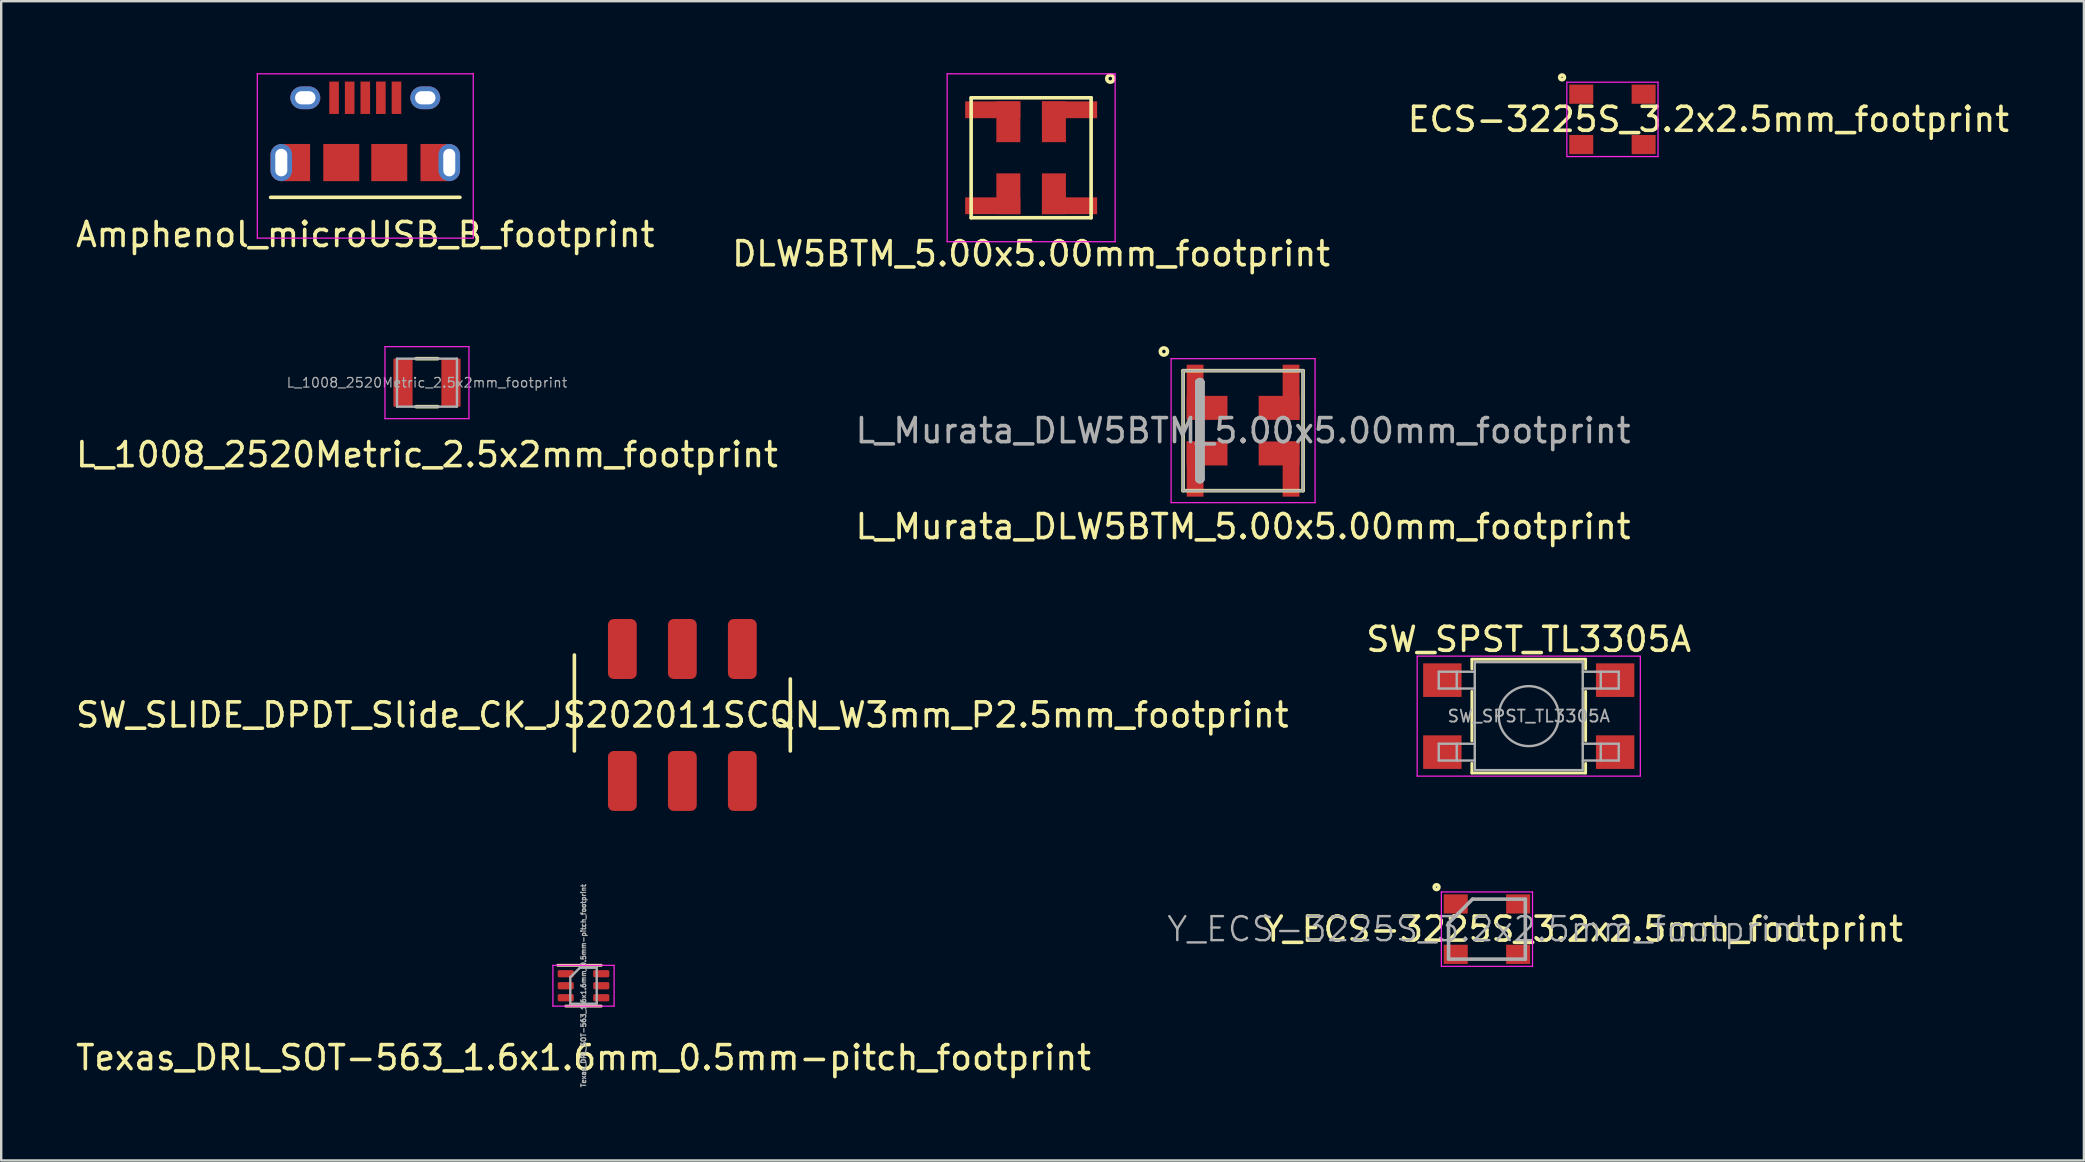
<source format=kicad_pcb>
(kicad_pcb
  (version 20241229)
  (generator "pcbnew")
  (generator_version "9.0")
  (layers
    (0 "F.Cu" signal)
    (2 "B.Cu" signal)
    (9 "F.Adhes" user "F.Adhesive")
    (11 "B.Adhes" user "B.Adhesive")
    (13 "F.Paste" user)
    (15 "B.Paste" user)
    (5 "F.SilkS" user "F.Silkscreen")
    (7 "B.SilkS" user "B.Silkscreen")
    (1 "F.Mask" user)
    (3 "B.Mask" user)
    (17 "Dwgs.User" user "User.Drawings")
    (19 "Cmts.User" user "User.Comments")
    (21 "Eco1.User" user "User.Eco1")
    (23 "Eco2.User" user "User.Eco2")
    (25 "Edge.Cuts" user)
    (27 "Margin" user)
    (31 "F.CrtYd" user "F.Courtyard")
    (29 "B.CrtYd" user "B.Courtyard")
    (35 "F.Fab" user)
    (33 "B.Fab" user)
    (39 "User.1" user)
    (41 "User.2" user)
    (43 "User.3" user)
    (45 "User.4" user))
  (footprint "L_Murata_DLW5BTM_5.00x5.00mm_footprint"
    (layer "F.Cu")
    (at 48.756 14.898)
    (property "Reference" "L_Murata_DLW5BTM_5.00x5.00mm_footprint" (at 0 4 0) (layer "F.SilkS") (effects (font (size 1 1) (thickness 0.15))))
    (attr through_hole)
    (fp_line (start -2.5 -2.5) (end -2.5 2.5) (stroke (width 0.15) (type solid)) (layer "F.SilkS"))
    (fp_line (start -2.5 2.5) (end 2.5 2.5) (stroke (width 0.15) (type solid)) (layer "F.SilkS"))
    (fp_line (start 2.5 -2.5) (end -2.5 -2.5) (stroke (width 0.15) (type solid)) (layer "F.SilkS"))
    (fp_line (start 2.5 2.5) (end 2.5 -2.5) (stroke (width 0.15) (type solid)) (layer "F.SilkS"))
    (fp_circle (center -3.3 -3.3) (end -3.15 -3.3) (stroke (width 0.15) (type solid)) (fill no) (layer "F.SilkS"))
    (fp_line (start -3 -3) (end -3 3) (stroke (width 0.05) (type solid)) (layer "F.CrtYd"))
    (fp_line (start -3 3) (end 3 3) (stroke (width 0.05) (type solid)) (layer "F.CrtYd"))
    (fp_line (start 3 -3) (end -3 -3) (stroke (width 0.05) (type solid)) (layer "F.CrtYd"))
    (fp_line (start 3 3) (end 3 -3) (stroke (width 0.05) (type solid)) (layer "F.CrtYd"))
    (fp_line (start -2.5 -2.5) (end -2.5 2.5) (stroke (width 0.1) (type solid)) (layer "F.Fab"))
    (fp_line (start -2.5 2.5) (end 2.5 2.5) (stroke (width 0.1) (type solid)) (layer "F.Fab"))
    (fp_line (start -1.8 -2) (end -1.8 -2) (stroke (width 0.4) (type solid)) (layer "F.Fab"))
    (fp_line (start -1.8 -2) (end -1.8 2) (stroke (width 0.4) (type solid)) (layer "F.Fab"))
    (fp_line (start -1.8 2) (end -1.8 -2) (stroke (width 0.4) (type solid)) (layer "F.Fab"))
    (fp_line (start -1.8 2) (end -1.8 2) (stroke (width 0.4) (type solid)) (layer "F.Fab"))
    (fp_line (start 2.5 -2.5) (end -2.5 -2.5) (stroke (width 0.1) (type solid)) (layer "F.Fab"))
    (fp_line (start 2.5 2.5) (end 2.5 -2.5) (stroke (width 0.1) (type solid)) (layer "F.Fab"))
    (fp_text user "${REFERENCE}" (at 0 0 0) (layer "F.Fab") (effects (font (size 1 1) (thickness 0.15))))
    (pad "1" smd rect (at -2 -1.6) (size 0.7 2.3) (layers "F.Cu" "F.Mask" "F.Paste"))
    (pad "1" smd rect (at -1.5 -0.95) (size 1.7 1) (layers "F.Cu" "F.Mask" "F.Paste"))
    (pad "2" smd rect (at -2 1.6) (size 0.7 2.3) (layers "F.Cu" "F.Mask" "F.Paste"))
    (pad "2" smd rect (at -1.5 0.95) (size 1.7 1) (layers "F.Cu" "F.Mask" "F.Paste"))
    (pad "3" smd rect (at 1.5 0.95) (size 1.7 1) (layers "F.Cu" "F.Mask" "F.Paste"))
    (pad "3" smd rect (at 2 1.6) (size 0.7 2.3) (layers "F.Cu" "F.Mask" "F.Paste"))
    (pad "4" smd rect (at 1.5 -0.95) (size 1.7 1) (layers "F.Cu" "F.Mask" "F.Paste"))
    (pad "4" smd rect (at 2 -1.6) (size 0.7 2.3) (layers "F.Cu" "F.Mask" "F.Paste")))
  (footprint "DLW5BTM_5.00x5.00mm_footprint"
    (layer "F.Cu")
    (at 39.923 3.525)
    (property "Reference" "DLW5BTM_5.00x5.00mm_footprint" (at 0 4 0) (layer "F.SilkS") (effects (font (size 1 1) (thickness 0.15))))
    (attr through_hole)
    (fp_line (start -2.5 -2.5) (end -2.5 2.5) (stroke (width 0.15) (type solid)) (layer "F.SilkS"))
    (fp_line (start -2.5 2.5) (end 2.5 2.5) (stroke (width 0.15) (type solid)) (layer "F.SilkS"))
    (fp_line (start 2.5 -2.5) (end -2.5 -2.5) (stroke (width 0.15) (type solid)) (layer "F.SilkS"))
    (fp_line (start 2.5 2.5) (end 2.5 -2.5) (stroke (width 0.15) (type solid)) (layer "F.SilkS"))
    (fp_circle (center 3.3 -3.3) (end 3.45 -3.3) (stroke (width 0.15) (type solid)) (fill no) (layer "F.SilkS"))
    (fp_line (start -3.5 -3.5) (end -3.5 3.5) (stroke (width 0.05) (type solid)) (layer "F.CrtYd"))
    (fp_line (start -3.5 3.5) (end 3.5 3.5) (stroke (width 0.05) (type solid)) (layer "F.CrtYd"))
    (fp_line (start 3.5 -3.5) (end -3.5 -3.5) (stroke (width 0.05) (type solid)) (layer "F.CrtYd"))
    (fp_line (start 3.5 3.5) (end 3.5 -3.5) (stroke (width 0.05) (type solid)) (layer "F.CrtYd"))
    (pad "1" smd rect (at 0.95 -1.5) (size 1 1.7) (layers "F.Cu" "F.Mask" "F.Paste"))
    (pad "1" smd rect (at 1.6 -2) (size 2.3 0.7) (layers "F.Cu" "F.Mask" "F.Paste"))
    (pad "2" smd rect (at -1.6 -2) (size 2.3 0.7) (layers "F.Cu" "F.Mask" "F.Paste"))
    (pad "2" smd rect (at -0.95 -1.5) (size 1 1.7) (layers "F.Cu" "F.Mask" "F.Paste"))
    (pad "3" smd rect (at -1.6 2) (size 2.3 0.7) (layers "F.Cu" "F.Mask" "F.Paste"))
    (pad "3" smd rect (at -0.95 1.5) (size 1 1.7) (layers "F.Cu" "F.Mask" "F.Paste"))
    (pad "4" smd rect (at 0.95 1.5) (size 1 1.7) (layers "F.Cu" "F.Mask" "F.Paste"))
    (pad "4" smd rect (at 1.6 2) (size 2.3 0.7) (layers "F.Cu" "F.Mask" "F.Paste")))
  (footprint "SW_SPST_TL3305A"
    (layer "F.Cu")
    (at 60.661 26.795)
    (property "Reference" "SW_SPST_TL3305A" (at 0 -3.2 0) (layer "F.SilkS") (effects (font (size 1 1) (thickness 0.15))))
    (attr smd)
    (fp_line (start -2.37 -2.37) (end -2.37 -1.97) (stroke (width 0.12) (type solid)) (layer "F.SilkS"))
    (fp_line (start -2.37 -2.37) (end 2.37 -2.37) (stroke (width 0.12) (type solid)) (layer "F.SilkS"))
    (fp_line (start -2.37 1.03) (end -2.37 -1.03) (stroke (width 0.12) (type solid)) (layer "F.SilkS"))
    (fp_line (start -2.37 2.37) (end -2.37 1.97) (stroke (width 0.12) (type solid)) (layer "F.SilkS"))
    (fp_line (start -2.37 2.37) (end 2.37 2.37) (stroke (width 0.12) (type solid)) (layer "F.SilkS"))
    (fp_line (start 2.37 -2.37) (end 2.37 -1.97) (stroke (width 0.12) (type solid)) (layer "F.SilkS"))
    (fp_line (start 2.37 1.03) (end 2.37 -1.03) (stroke (width 0.12) (type solid)) (layer "F.SilkS"))
    (fp_line (start 2.37 2.37) (end 2.37 1.97) (stroke (width 0.12) (type solid)) (layer "F.SilkS"))
    (fp_line (start -4.65 -2.5) (end 4.65 -2.5) (stroke (width 0.05) (type solid)) (layer "F.CrtYd"))
    (fp_line (start -4.65 2.5) (end -4.65 -2.5) (stroke (width 0.05) (type solid)) (layer "F.CrtYd"))
    (fp_line (start 4.65 -2.5) (end 4.65 2.5) (stroke (width 0.05) (type solid)) (layer "F.CrtYd"))
    (fp_line (start 4.65 2.5) (end -4.65 2.5) (stroke (width 0.05) (type solid)) (layer "F.CrtYd"))
    (fp_line (start -3.75 -1.85) (end -3.75 -1.15) (stroke (width 0.1) (type solid)) (layer "F.Fab"))
    (fp_line (start -3.75 -1.15) (end -2.25 -1.15) (stroke (width 0.1) (type solid)) (layer "F.Fab"))
    (fp_line (start -3.75 1.15) (end -3.75 1.85) (stroke (width 0.1) (type solid)) (layer "F.Fab"))
    (fp_line (start -3.75 1.85) (end -2.25 1.85) (stroke (width 0.1) (type solid)) (layer "F.Fab"))
    (fp_line (start -3 -1.85) (end -3 -1.15) (stroke (width 0.1) (type solid)) (layer "F.Fab"))
    (fp_line (start -3 1.15) (end -3 1.85) (stroke (width 0.1) (type solid)) (layer "F.Fab"))
    (fp_line (start -2.25 -2.25) (end 2.25 -2.25) (stroke (width 0.1) (type solid)) (layer "F.Fab"))
    (fp_line (start -2.25 -1.85) (end -3.75 -1.85) (stroke (width 0.1) (type solid)) (layer "F.Fab"))
    (fp_line (start -2.25 1.15) (end -3.75 1.15) (stroke (width 0.1) (type solid)) (layer "F.Fab"))
    (fp_line (start -2.25 2.25) (end -2.25 -2.25) (stroke (width 0.1) (type solid)) (layer "F.Fab"))
    (fp_line (start 2.25 -2.25) (end 2.25 2.25) (stroke (width 0.1) (type solid)) (layer "F.Fab"))
    (fp_line (start 2.25 -1.15) (end 3.75 -1.15) (stroke (width 0.1) (type solid)) (layer "F.Fab"))
    (fp_line (start 2.25 1.15) (end 3.75 1.15) (stroke (width 0.1) (type solid)) (layer "F.Fab"))
    (fp_line (start 2.25 2.25) (end -2.25 2.25) (stroke (width 0.1) (type solid)) (layer "F.Fab"))
    (fp_line (start 3 -1.85) (end 3 -1.15) (stroke (width 0.1) (type solid)) (layer "F.Fab"))
    (fp_line (start 3 1.15) (end 3 1.85) (stroke (width 0.1) (type solid)) (layer "F.Fab"))
    (fp_line (start 3.75 -1.85) (end 2.25 -1.85) (stroke (width 0.1) (type solid)) (layer "F.Fab"))
    (fp_line (start 3.75 -1.15) (end 3.75 -1.85) (stroke (width 0.1) (type solid)) (layer "F.Fab"))
    (fp_line (start 3.75 1.15) (end 3.75 1.85) (stroke (width 0.1) (type solid)) (layer "F.Fab"))
    (fp_line (start 3.75 1.85) (end 2.25 1.85) (stroke (width 0.1) (type solid)) (layer "F.Fab"))
    (fp_circle (center 0 0) (end 1.25 0) (stroke (width 0.1) (type solid)) (fill no) (layer "F.Fab"))
    (fp_text user "${REFERENCE}" (at 0 0 0) (layer "F.Fab") (effects (font (size 0.5 0.5) (thickness 0.075))))
    (pad "1" smd rect (at -3.6 -1.5) (size 1.6 1.4) (layers "F.Cu" "F.Mask" "F.Paste"))
    (pad "1" smd rect (at 3.6 -1.5) (size 1.6 1.4) (layers "F.Cu" "F.Mask" "F.Paste"))
    (pad "2" smd rect (at -3.6 1.5) (size 1.6 1.4) (layers "F.Cu" "F.Mask" "F.Paste"))
    (pad "2" smd rect (at 3.6 1.5) (size 1.6 1.4) (layers "F.Cu" "F.Mask" "F.Paste")))
  (footprint "SW_SLIDE_DPDT_Slide_CK_JS202011SCQN_W3mm_P2.5mm_footprint"
    (layer "F.Cu")
    (at 25.387 26.747)
    (property "Reference" "SW_SLIDE_DPDT_Slide_CK_JS202011SCQN_W3mm_P2.5mm_footprint" (at 0 0 0) (layer "F.SilkS") (effects (font (size 1 1) (thickness 0.15))))
    (attr smd)
    (fp_line (start -4.5 1.5) (end -4.5 -2.5) (stroke (width 0.15) (type solid)) (layer "F.SilkS"))
    (fp_line (start 4.5 1.5) (end 4.5 -1.5) (stroke (width 0.15) (type solid)) (layer "F.SilkS"))
    (pad "1" smd roundrect (at -2.5 -2.75) (size 1.2 2.5) (layers "F.Cu" "F.Mask" "F.Paste") (roundrect_rratio 0.2))
    (pad "2" smd roundrect (at 0 -2.75) (size 1.2 2.5) (layers "F.Cu" "F.Mask" "F.Paste") (roundrect_rratio 0.2))
    (pad "3" smd roundrect (at 2.5 -2.75) (size 1.2 2.5) (layers "F.Cu" "F.Mask" "F.Paste") (roundrect_rratio 0.2))
    (pad "4" smd roundrect (at -2.5 2.75) (size 1.2 2.5) (layers "F.Cu" "F.Mask" "F.Paste") (roundrect_rratio 0.2))
    (pad "5" smd roundrect (at 0 2.75) (size 1.2 2.5) (layers "F.Cu" "F.Mask" "F.Paste") (roundrect_rratio 0.2))
    (pad "6" smd roundrect (at 2.5 2.75) (size 1.2 2.5) (layers "F.Cu" "F.Mask" "F.Paste") (roundrect_rratio 0.2)))
  (footprint "L_1008_2520Metric_2.5x2mm_footprint"
    (layer "F.Cu")
    (at 14.744 12.898)
    (property "Reference" "L_1008_2520Metric_2.5x2mm_footprint" (at 0 3 0) (layer "F.SilkS") (effects (font (size 1 1) (thickness 0.15))))
    (attr smd)
    (fp_line (start -0.45 -1) (end 0.45 -1) (stroke (width 0.15) (type solid)) (layer "F.SilkS"))
    (fp_line (start -0.45 1) (end 0.45 1) (stroke (width 0.15) (type solid)) (layer "F.SilkS"))
    (fp_line (start -1.75 -1.5) (end -1.75 1.5) (stroke (width 0.05) (type solid)) (layer "F.CrtYd"))
    (fp_line (start -1.75 1.5) (end 1.75 1.5) (stroke (width 0.05) (type solid)) (layer "F.CrtYd"))
    (fp_line (start 1.75 -1.5) (end -1.75 -1.5) (stroke (width 0.05) (type solid)) (layer "F.CrtYd"))
    (fp_line (start 1.75 1.5) (end 1.75 -1.5) (stroke (width 0.05) (type solid)) (layer "F.CrtYd"))
    (fp_line (start -1.25 -1) (end -1.25 1) (stroke (width 0.1) (type solid)) (layer "F.Fab"))
    (fp_line (start -1.25 1) (end 1.25 1) (stroke (width 0.1) (type solid)) (layer "F.Fab"))
    (fp_line (start 1.25 -1) (end -1.25 -1) (stroke (width 0.1) (type solid)) (layer "F.Fab"))
    (fp_line (start 1.25 1) (end 1.25 -1) (stroke (width 0.1) (type solid)) (layer "F.Fab"))
    (fp_text user "${REFERENCE}" (at 0 0 0) (layer "F.Fab") (effects (font (size 0.4 0.4) (thickness 0.05))))
    (pad "1" smd rect (at -1 0) (size 0.8 2) (layers "F.Cu" "F.Mask" "F.Paste"))
    (pad "2" smd rect (at 1 0) (size 0.8 2) (layers "F.Cu" "F.Mask" "F.Paste")))
  (footprint "Texas_DRL_SOT-563_1.6x1.6mm_0.5mm-pitch_footprint"
    (layer "F.Cu")
    (at 21.268 38.03)
    (property "Reference" "Texas_DRL_SOT-563_1.6x1.6mm_0.5mm-pitch_footprint" (at 0 3 0) (layer "F.SilkS") (effects (font (size 1 1) (thickness 0.15))))
    (attr through_hole)
    (fp_line (start -1.075 -0.85) (end 0.74 -0.85) (stroke (width 0.12) (type solid)) (layer "F.SilkS"))
    (fp_line (start -0.74 0.85) (end 0.74 0.85) (stroke (width 0.12) (type solid)) (layer "F.SilkS"))
    (fp_line (start -1.275 -0.85) (end -1.275 0.85) (stroke (width 0.05) (type solid)) (layer "F.CrtYd"))
    (fp_line (start -1.275 0.85) (end 1.275 0.85) (stroke (width 0.05) (type solid)) (layer "F.CrtYd"))
    (fp_line (start 1.275 -0.85) (end -1.275 -0.85) (stroke (width 0.05) (type solid)) (layer "F.CrtYd"))
    (fp_line (start 1.275 0.85) (end 1.275 -0.85) (stroke (width 0.05) (type solid)) (layer "F.CrtYd"))
    (fp_line (start -0.55 -0.35) (end -0.55 0.75) (stroke (width 0.1) (type solid)) (layer "F.Fab"))
    (fp_line (start -0.55 0.75) (end 0.55 0.75) (stroke (width 0.1) (type solid)) (layer "F.Fab"))
    (fp_line (start -0.15 -0.75) (end -0.55 -0.35) (stroke (width 0.1) (type solid)) (layer "F.Fab"))
    (fp_line (start 0.55 -0.75) (end -0.15 -0.75) (stroke (width 0.1) (type solid)) (layer "F.Fab"))
    (fp_line (start 0.55 0.75) (end 0.55 -0.75) (stroke (width 0.1) (type solid)) (layer "F.Fab"))
    (fp_text user "${REFERENCE}" (at 0 0 270) (layer "F.Fab") (effects (font (size 0.2 0.2) (thickness 0.05))))
    (pad "1" smd roundrect (at -0.74 -0.5) (size 0.67 0.3) (layers "F.Cu" "F.Mask" "F.Paste") (roundrect_rratio 0.2))
    (pad "2" smd roundrect (at -0.74 0) (size 0.67 0.3) (layers "F.Cu" "F.Mask" "F.Paste") (roundrect_rratio 0.2))
    (pad "3" smd roundrect (at -0.74 0.5) (size 0.67 0.3) (layers "F.Cu" "F.Mask" "F.Paste") (roundrect_rratio 0.2))
    (pad "4" smd roundrect (at 0.74 0.5) (size 0.67 0.3) (layers "F.Cu" "F.Mask" "F.Paste") (roundrect_rratio 0.2))
    (pad "5" smd roundrect (at 0.74 0) (size 0.67 0.3) (layers "F.Cu" "F.Mask" "F.Paste") (roundrect_rratio 0.2))
    (pad "6" smd roundrect (at 0.74 -0.5) (size 0.67 0.3) (layers "F.Cu" "F.Mask" "F.Paste") (roundrect_rratio 0.2)))
  (footprint "ECS-3225S_3.2x2.5mm_footprint"
    (layer "F.Cu")
    (at 64.149 1.925)
    (property "Reference" "ECS-3225S_3.2x2.5mm_footprint" (at 4 0 0) (layer "F.SilkS") (effects (font (size 1 1) (thickness 0.15))))
    (attr smd)
    (fp_circle (center -2.1 -1.75) (end -2 -1.75) (stroke (width 0.15) (type solid)) (fill no) (layer "F.SilkS"))
    (fp_line (start -1.9 -1.55) (end -1.9 1.55) (stroke (width 0.05) (type solid)) (layer "F.CrtYd"))
    (fp_line (start -1.9 1.55) (end 1.9 1.55) (stroke (width 0.05) (type solid)) (layer "F.CrtYd"))
    (fp_line (start 1.9 -1.55) (end -1.9 -1.55) (stroke (width 0.05) (type solid)) (layer "F.CrtYd"))
    (fp_line (start 1.9 1.55) (end 1.9 -1.55) (stroke (width 0.05) (type solid)) (layer "F.CrtYd"))
    (pad "1" smd rect (at -1.3 -1.05) (size 1 0.8) (layers "F.Cu" "F.Mask" "F.Paste"))
    (pad "3" smd rect (at 1.3 -1.05) (size 1 0.8) (layers "F.Cu" "F.Mask" "F.Paste"))
    (pad "4" smd rect (at 1.3 1.05) (size 1 0.8) (layers "F.Cu" "F.Mask" "F.Paste"))
    (pad "6" smd rect (at -1.3 1.05) (size 1 0.8) (layers "F.Cu" "F.Mask" "F.Paste")))
  (footprint "Y_ECS-3225S_3.2x2.5mm_footprint"
    (layer "F.Cu")
    (at 58.919 35.672)
    (property "Reference" "Y_ECS-3225S_3.2x2.5mm_footprint" (at 4 0 0) (layer "F.SilkS") (effects (font (size 1 1) (thickness 0.15))))
    (attr smd)
    (fp_circle (center -2.1 -1.75) (end -2 -1.75) (stroke (width 0.15) (type solid)) (fill no) (layer "F.SilkS"))
    (fp_line (start -1.9 -1.55) (end -1.9 1.55) (stroke (width 0.05) (type solid)) (layer "F.CrtYd"))
    (fp_line (start -1.9 1.55) (end 1.9 1.55) (stroke (width 0.05) (type solid)) (layer "F.CrtYd"))
    (fp_line (start 1.9 -1.55) (end -1.9 -1.55) (stroke (width 0.05) (type solid)) (layer "F.CrtYd"))
    (fp_line (start 1.9 1.55) (end 1.9 -1.55) (stroke (width 0.05) (type solid)) (layer "F.CrtYd"))
    (fp_line (start -1.6 -0.25) (end -1.6 1.25) (stroke (width 0.15) (type solid)) (layer "F.Fab"))
    (fp_line (start -1.6 1.25) (end 1.6 1.25) (stroke (width 0.15) (type solid)) (layer "F.Fab"))
    (fp_line (start -0.6 -1.25) (end -1.6 -0.25) (stroke (width 0.15) (type solid)) (layer "F.Fab"))
    (fp_line (start 1.6 -1.25) (end -0.6 -1.25) (stroke (width 0.15) (type solid)) (layer "F.Fab"))
    (fp_line (start 1.6 1.25) (end 1.6 -1.25) (stroke (width 0.15) (type solid)) (layer "F.Fab"))
    (fp_text user "${REFERENCE}" (at 0 0 0) (layer "F.Fab") (effects (font (size 1 1) (thickness 0.1))))
    (pad "1" smd rect (at -1.3 -1.05) (size 1 0.8) (layers "F.Cu" "F.Mask" "F.Paste"))
    (pad "3" smd rect (at 1.3 -1.05) (size 1 0.8) (layers "F.Cu" "F.Mask" "F.Paste"))
    (pad "4" smd rect (at 1.3 1.05) (size 1 0.8) (layers "F.Cu" "F.Mask" "F.Paste"))
    (pad "6" smd rect (at -1.3 1.05) (size 1 0.8) (layers "F.Cu" "F.Mask" "F.Paste")))
  (footprint "Amphenol_microUSB_B_footprint"
    (layer "F.Cu")
    (at 12.173 3.725)
    (property "Reference" "Amphenol_microUSB_B_footprint" (at 0 3 0) (layer "F.SilkS") (effects (font (size 1 1) (thickness 0.15))))
    (attr smd)
    (fp_line (start -3.945 1.45) (end 3.945 1.45) (stroke (width 0.15) (type solid)) (layer "F.SilkS"))
    (fp_line (start -4.5 -3.7) (end -4.5 3.15) (stroke (width 0.05) (type solid)) (layer "F.CrtYd"))
    (fp_line (start -4.5 3.15) (end 4.5 3.15) (stroke (width 0.05) (type solid)) (layer "F.CrtYd"))
    (fp_line (start 4.5 -3.7) (end -4.5 -3.7) (stroke (width 0.05) (type solid)) (layer "F.CrtYd"))
    (fp_line (start 4.5 3.15) (end 4.5 -3.7) (stroke (width 0.05) (type solid)) (layer "F.CrtYd"))
    (pad "1" smd rect (at -1.3 -2.7) (size 0.4 1.35) (layers "F.Cu" "F.Mask" "F.Paste"))
    (pad "2" smd rect (at -0.65 -2.7) (size 0.4 1.35) (layers "F.Cu" "F.Mask" "F.Paste"))
    (pad "3" smd rect (at 0 -2.7) (size 0.4 1.35) (layers "F.Cu" "F.Mask" "F.Paste"))
    (pad "4" smd rect (at 0.65 -2.7) (size 0.4 1.35) (layers "F.Cu" "F.Mask" "F.Paste"))
    (pad "5" smd rect (at 1.3 -2.7) (size 0.4 1.35) (layers "F.Cu" "F.Mask" "F.Paste"))
    (pad "6" thru_hole roundrect (at -3.5 0) (size 0.9 1.55) (drill oval 0.5 1.15) (layers "*.Cu" "*.Mask") (roundrect_rratio 0.5))
    (pad "6" smd rect (at -2.873 0) (size 1.145 1.55) (layers "F.Cu" "F.Mask" "F.Paste"))
    (pad "6" thru_hole roundrect (at -2.5 -2.7) (size 1.25 0.95) (drill oval 0.85 0.55) (layers "*.Cu" "*.Mask") (roundrect_rratio 0.5))
    (pad "6" smd rect (at -1 0) (size 1.5 1.55) (layers "F.Cu" "F.Mask" "F.Paste"))
    (pad "6" smd rect (at 1 0) (size 1.5 1.55) (layers "F.Cu" "F.Mask" "F.Paste"))
    (pad "6" thru_hole roundrect (at 2.5 -2.7) (size 1.25 0.95) (drill oval 0.85 0.55) (layers "*.Cu" "*.Mask") (roundrect_rratio 0.5))
    (pad "6" smd rect (at 2.873 0) (size 1.145 1.55) (layers "F.Cu" "F.Mask" "F.Paste"))
    (pad "6" thru_hole roundrect (at 3.5 0) (size 0.9 1.55) (drill oval 0.5 1.15) (layers "*.Cu" "*.Mask") (roundrect_rratio 0.5)))
  (gr_rect
    (start -3 -3)
    (end 83.798 45.314)
    (stroke (width 0.1) (type default))
    (fill no)
    (layer "Edge.Cuts")))
</source>
